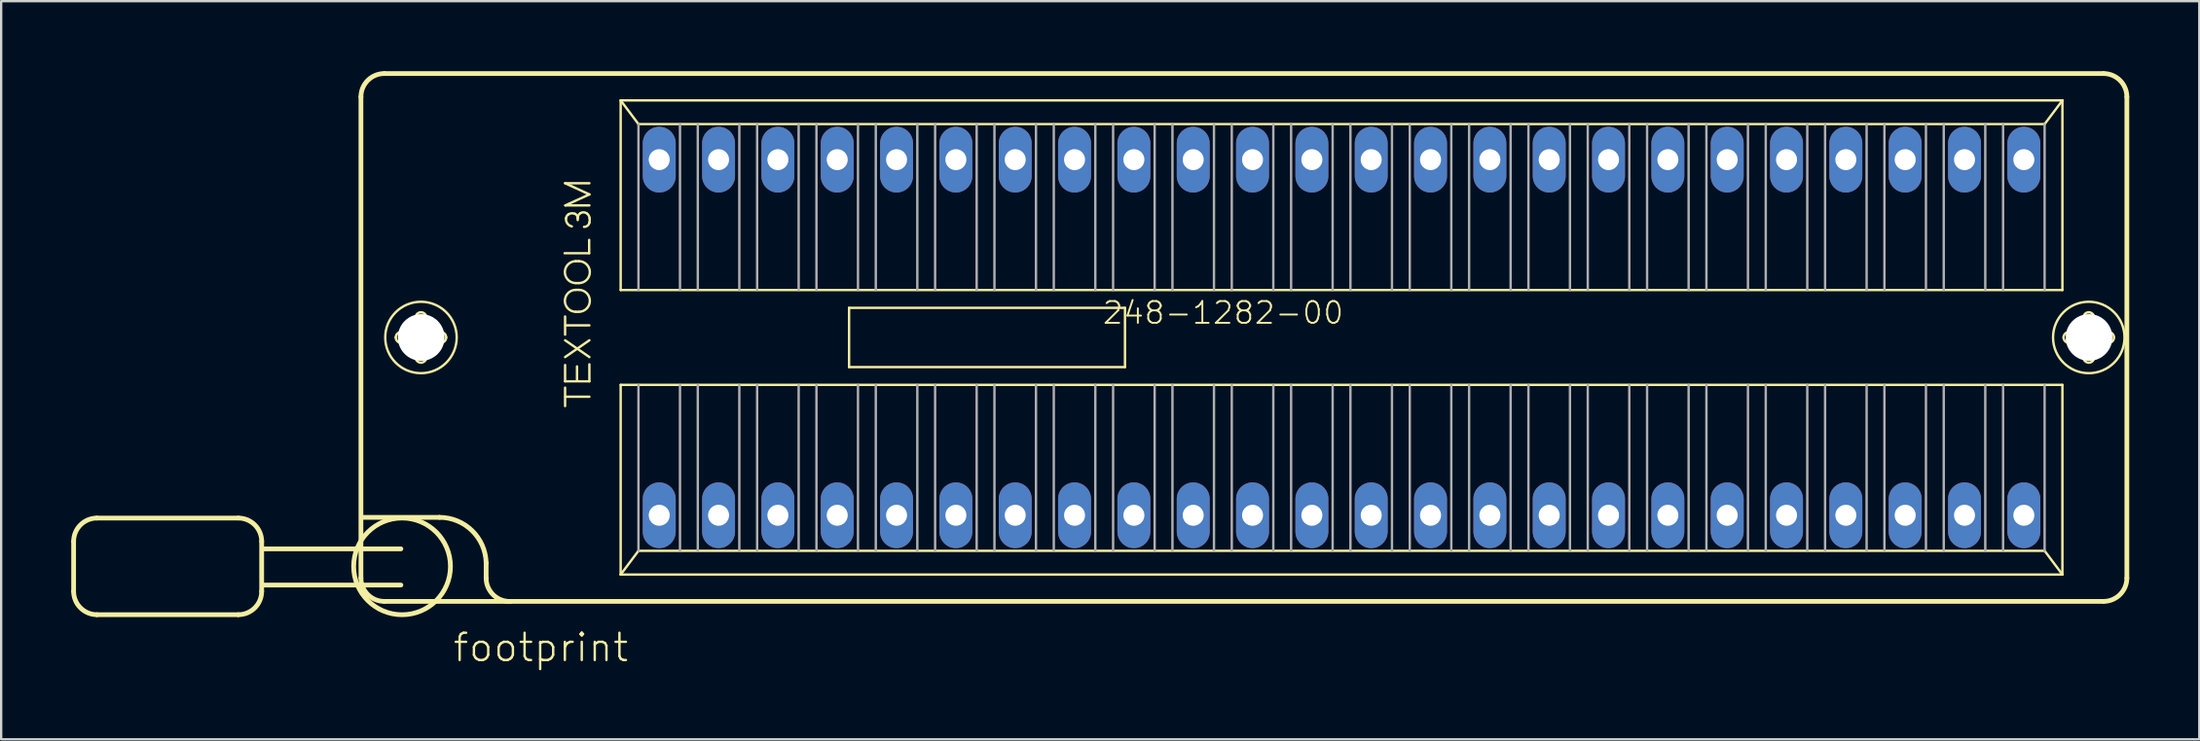
<source format=kicad_pcb>
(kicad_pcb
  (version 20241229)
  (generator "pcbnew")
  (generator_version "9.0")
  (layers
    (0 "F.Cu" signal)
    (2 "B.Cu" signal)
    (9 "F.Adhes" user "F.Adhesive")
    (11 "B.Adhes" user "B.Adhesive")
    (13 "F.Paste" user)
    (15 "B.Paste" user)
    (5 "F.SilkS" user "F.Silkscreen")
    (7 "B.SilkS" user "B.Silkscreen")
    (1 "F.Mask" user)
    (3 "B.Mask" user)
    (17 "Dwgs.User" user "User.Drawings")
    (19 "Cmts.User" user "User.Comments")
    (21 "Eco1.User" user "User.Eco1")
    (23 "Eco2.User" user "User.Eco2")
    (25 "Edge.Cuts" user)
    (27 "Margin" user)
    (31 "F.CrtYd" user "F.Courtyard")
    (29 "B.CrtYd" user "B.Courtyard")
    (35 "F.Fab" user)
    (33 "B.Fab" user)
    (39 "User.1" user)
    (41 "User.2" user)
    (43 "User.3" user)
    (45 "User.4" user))
  (footprint "footprint"
    (layer "F.Cu")
    (at 54.382 11.412)
    (property "Reference" "footprint" (at -38.1 13.97 0) (layer "F.SilkS") (effects (font (size 1.168 1.168) (thickness 0.102)) (justify left bottom)))
    (fp_line (start -54.28 8.74) (end -54.28 10.88) (stroke (width 0.203) (type solid)) (layer "F.SilkS"))
    (fp_line (start -53.28 7.74) (end -47.23 7.74) (stroke (width 0.203) (type solid)) (layer "F.SilkS"))
    (fp_line (start -47.23 11.88) (end -53.28 11.88) (stroke (width 0.203) (type solid)) (layer "F.SilkS"))
    (fp_line (start -46.23 8.74) (end -46.23 10.88) (stroke (width 0.203) (type solid)) (layer "F.SilkS"))
    (fp_line (start -41.98 10.31) (end -41.98 -10.31) (stroke (width 0.203) (type solid)) (layer "F.SilkS"))
    (fp_line (start -41.87 7.71) (end -38.62 7.71) (stroke (width 0.203) (type solid)) (layer "F.SilkS"))
    (fp_line (start -40.98 -11.31) (end 32.62 -11.31) (stroke (width 0.203) (type solid)) (layer "F.SilkS"))
    (fp_line (start -40.27 9.06) (end -46.18 9.06) (stroke (width 0.203) (type solid)) (layer "F.SilkS"))
    (fp_line (start -40.27 10.61) (end -46.18 10.61) (stroke (width 0.203) (type solid)) (layer "F.SilkS"))
    (fp_line (start -40.26 -0.23) (end -39.71 -0.23) (stroke (width 0.102) (type solid)) (layer "F.SilkS"))
    (fp_line (start -39.72 0.23) (end -40.26 0.23) (stroke (width 0.102) (type solid)) (layer "F.SilkS"))
    (fp_line (start -39.64 -0.31) (end -39.64 -0.85) (stroke (width 0.102) (type solid)) (layer "F.SilkS"))
    (fp_line (start -39.64 0.85) (end -39.64 0.3) (stroke (width 0.102) (type solid)) (layer "F.SilkS"))
    (fp_line (start -39.18 -0.85) (end -39.18 -0.3) (stroke (width 0.102) (type solid)) (layer "F.SilkS"))
    (fp_line (start -39.18 0.31) (end -39.18 0.85) (stroke (width 0.102) (type solid)) (layer "F.SilkS"))
    (fp_line (start -39.1 -0.23) (end -38.56 -0.23) (stroke (width 0.102) (type solid)) (layer "F.SilkS"))
    (fp_line (start -38.56 0.23) (end -39.11 0.23) (stroke (width 0.102) (type solid)) (layer "F.SilkS"))
    (fp_line (start -36.62 9.66) (end -36.62 10.31) (stroke (width 0.203) (type solid)) (layer "F.SilkS"))
    (fp_line (start -33.26 -3.61) (end -32.21 -3.61) (stroke (width 0.102) (type solid)) (layer "F.SilkS"))
    (fp_line (start -33.24 -6.61) (end -32.2 -6.61) (stroke (width 0.102) (type solid)) (layer "F.SilkS"))
    (fp_line (start -33.24 -0.12) (end -33.24 -0.9) (stroke (width 0.102) (type solid)) (layer "F.SilkS"))
    (fp_line (start -33.24 0.12) (end -32.2 0.84) (stroke (width 0.102) (type solid)) (layer "F.SilkS"))
    (fp_line (start -33.24 0.84) (end -32.2 0.12) (stroke (width 0.102) (type solid)) (layer "F.SilkS"))
    (fp_line (start -33.24 1.18) (end -33.24 1.88) (stroke (width 0.102) (type solid)) (layer "F.SilkS"))
    (fp_line (start -33.24 1.88) (end -32.2 1.88) (stroke (width 0.102) (type solid)) (layer "F.SilkS"))
    (fp_line (start -33.24 2.94) (end -33.24 2.15) (stroke (width 0.102) (type solid)) (layer "F.SilkS"))
    (fp_line (start -33.23 -5.66) (end -32.2 -6.13) (stroke (width 0.102) (type solid)) (layer "F.SilkS"))
    (fp_line (start -33.23 2.54) (end -32.2 2.54) (stroke (width 0.102) (type solid)) (layer "F.SilkS"))
    (fp_line (start -33.22 -0.52) (end -32.2 -0.52) (stroke (width 0.102) (type solid)) (layer "F.SilkS"))
    (fp_line (start -32.78 -3.27) (end -32.65 -3.27) (stroke (width 0.102) (type solid)) (layer "F.SilkS"))
    (fp_line (start -32.78 -2.33) (end -32.65 -2.33) (stroke (width 0.102) (type solid)) (layer "F.SilkS"))
    (fp_line (start -32.78 -2.04) (end -32.65 -2.04) (stroke (width 0.102) (type solid)) (layer "F.SilkS"))
    (fp_line (start -32.78 -1.1) (end -32.65 -1.1) (stroke (width 0.102) (type solid)) (layer "F.SilkS"))
    (fp_line (start -32.73 1.24) (end -32.73 1.84) (stroke (width 0.102) (type solid)) (layer "F.SilkS"))
    (fp_line (start -32.7 -5.03) (end -32.7 -5.12) (stroke (width 0.102) (type solid)) (layer "F.SilkS"))
    (fp_line (start -32.21 -3.61) (end -32.21 -4.18) (stroke (width 0.102) (type solid)) (layer "F.SilkS"))
    (fp_line (start -32.2 -6.13) (end -33.24 -6.61) (stroke (width 0.102) (type solid)) (layer "F.SilkS"))
    (fp_line (start -32.2 -5.66) (end -33.23 -5.66) (stroke (width 0.102) (type solid)) (layer "F.SilkS"))
    (fp_line (start -32.2 1.88) (end -32.2 1.15) (stroke (width 0.102) (type solid)) (layer "F.SilkS"))
    (fp_line (start -30.861 -10.16) (end 30.861 -10.16) (stroke (width 0.102) (type solid)) (layer "F.SilkS"))
    (fp_line (start -30.861 -2.032) (end -30.861 -10.16) (stroke (width 0.102) (type solid)) (layer "F.SilkS"))
    (fp_line (start -30.861 2.032) (end 30.861 2.032) (stroke (width 0.102) (type solid)) (layer "F.SilkS"))
    (fp_line (start -30.861 10.16) (end -30.861 2.032) (stroke (width 0.102) (type solid)) (layer "F.SilkS"))
    (fp_line (start -30.861 10.16) (end -30.099 9.144) (stroke (width 0.102) (type solid)) (layer "F.SilkS"))
    (fp_line (start -30.099 -9.144) (end -30.861 -10.16) (stroke (width 0.102) (type solid)) (layer "F.SilkS"))
    (fp_line (start -30.099 9.144) (end 30.099 9.144) (stroke (width 0.102) (type solid)) (layer "F.SilkS"))
    (fp_line (start -21.082 -1.27) (end -9.271 -1.27) (stroke (width 0.102) (type solid)) (layer "F.SilkS"))
    (fp_line (start -21.082 1.27) (end -21.082 -1.27) (stroke (width 0.102) (type solid)) (layer "F.SilkS"))
    (fp_line (start -9.271 -1.27) (end -9.271 1.27) (stroke (width 0.102) (type solid)) (layer "F.SilkS"))
    (fp_line (start -9.271 1.27) (end -21.082 1.27) (stroke (width 0.102) (type solid)) (layer "F.SilkS"))
    (fp_line (start 30.099 -9.144) (end -30.099 -9.144) (stroke (width 0.102) (type solid)) (layer "F.SilkS"))
    (fp_line (start 30.099 9.144) (end 30.861 10.16) (stroke (width 0.102) (type solid)) (layer "F.SilkS"))
    (fp_line (start 30.861 -10.16) (end 30.099 -9.144) (stroke (width 0.102) (type solid)) (layer "F.SilkS"))
    (fp_line (start 30.861 -10.16) (end 30.861 -2.032) (stroke (width 0.102) (type solid)) (layer "F.SilkS"))
    (fp_line (start 30.861 -2.032) (end -30.861 -2.032) (stroke (width 0.102) (type solid)) (layer "F.SilkS"))
    (fp_line (start 30.861 2.032) (end 30.861 10.16) (stroke (width 0.102) (type solid)) (layer "F.SilkS"))
    (fp_line (start 30.861 10.16) (end -30.861 10.16) (stroke (width 0.102) (type solid)) (layer "F.SilkS"))
    (fp_line (start 31.14 -0.23) (end 31.69 -0.23) (stroke (width 0.102) (type solid)) (layer "F.SilkS"))
    (fp_line (start 31.68 0.23) (end 31.14 0.23) (stroke (width 0.102) (type solid)) (layer "F.SilkS"))
    (fp_line (start 31.76 -0.31) (end 31.76 -0.85) (stroke (width 0.102) (type solid)) (layer "F.SilkS"))
    (fp_line (start 31.76 0.85) (end 31.76 0.3) (stroke (width 0.102) (type solid)) (layer "F.SilkS"))
    (fp_line (start 32.22 -0.85) (end 32.22 -0.3) (stroke (width 0.102) (type solid)) (layer "F.SilkS"))
    (fp_line (start 32.22 0.31) (end 32.22 0.85) (stroke (width 0.102) (type solid)) (layer "F.SilkS"))
    (fp_line (start 32.3 -0.23) (end 32.84 -0.23) (stroke (width 0.102) (type solid)) (layer "F.SilkS"))
    (fp_line (start 32.62 11.31) (end -40.98 11.31) (stroke (width 0.203) (type solid)) (layer "F.SilkS"))
    (fp_line (start 32.84 0.23) (end 32.29 0.23) (stroke (width 0.102) (type solid)) (layer "F.SilkS"))
    (fp_line (start 33.62 -10.31) (end 33.62 10.31) (stroke (width 0.203) (type solid)) (layer "F.SilkS"))
    (fp_arc (start -54.28 8.74) (mid -53.987107 8.032893) (end -53.28 7.74) (stroke (width 0.2032) (type solid)) (layer "F.SilkS"))
    (fp_arc (start -53.28 11.88) (mid -53.987107 11.587107) (end -54.28 10.88) (stroke (width 0.2032) (type solid)) (layer "F.SilkS"))
    (fp_arc (start -47.23 7.74) (mid -46.522893 8.032893) (end -46.23 8.74) (stroke (width 0.2032) (type solid)) (layer "F.SilkS"))
    (fp_arc (start -46.23 10.88) (mid -46.522893 11.587107) (end -47.23 11.88) (stroke (width 0.2032) (type solid)) (layer "F.SilkS"))
    (fp_arc (start -41.98 -10.31) (mid -41.687107 -11.017107) (end -40.98 -11.31) (stroke (width 0.2032) (type solid)) (layer "F.SilkS"))
    (fp_arc (start -40.98 11.31) (mid -41.687107 11.017107) (end -41.98 10.31) (stroke (width 0.2032) (type solid)) (layer "F.SilkS"))
    (fp_arc (start -40.49 0) (mid -40.422635 -0.162635) (end -40.26 -0.23) (stroke (width 0.1016) (type solid)) (layer "F.SilkS"))
    (fp_arc (start -40.26 0.23) (mid -40.422635 0.162635) (end -40.49 0) (stroke (width 0.1016) (type solid)) (layer "F.SilkS"))
    (fp_arc (start -39.72 0.23) (mid -39.670503 0.250503) (end -39.65 0.3) (stroke (width 0.1016) (type solid)) (layer "F.SilkS"))
    (fp_arc (start -39.64 -0.85) (mid -39.572635 -1.012635) (end -39.41 -1.08) (stroke (width 0.1016) (type solid)) (layer "F.SilkS"))
    (fp_arc (start -39.64 -0.3) (mid -39.660503 -0.250503) (end -39.71 -0.23) (stroke (width 0.1016) (type solid)) (layer "F.SilkS"))
    (fp_arc (start -39.41 -1.08) (mid -39.247365 -1.012635) (end -39.18 -0.85) (stroke (width 0.1016) (type solid)) (layer "F.SilkS"))
    (fp_arc (start -39.41 1.08) (mid -39.572635 1.012635) (end -39.64 0.85) (stroke (width 0.1016) (type solid)) (layer "F.SilkS"))
    (fp_arc (start -39.18 0.3) (mid -39.159497 0.250503) (end -39.11 0.23) (stroke (width 0.1016) (type solid)) (layer "F.SilkS"))
    (fp_arc (start -39.18 0.85) (mid -39.247365 1.012635) (end -39.41 1.08) (stroke (width 0.1016) (type solid)) (layer "F.SilkS"))
    (fp_arc (start -39.11 -0.23) (mid -39.159497 -0.250503) (end -39.18 -0.3) (stroke (width 0.1016) (type solid)) (layer "F.SilkS"))
    (fp_arc (start -38.62 7.71) (mid -37.223341 8.278169) (end -36.62 9.659998) (stroke (width 0.2032) (type solid)) (layer "F.SilkS"))
    (fp_arc (start -38.56 -0.23) (mid -38.397365 -0.162635) (end -38.33 0) (stroke (width 0.1016) (type solid)) (layer "F.SilkS"))
    (fp_arc (start -38.33 0) (mid -38.397365 0.162635) (end -38.56 0.23) (stroke (width 0.1016) (type solid)) (layer "F.SilkS"))
    (fp_arc (start -35.569998 11.309999) (mid -36.309284 11.035) (end -36.62 10.31) (stroke (width 0.2032) (type solid)) (layer "F.SilkS"))
    (fp_arc (start -33.2 -5.109999) (mid -33.164621 -5.207696) (end -33.09 -5.28) (stroke (width 0.1016) (type solid)) (layer "F.SilkS"))
    (fp_arc (start -33.09 -5.28) (mid -32.957382 -5.322157) (end -32.82 -5.3) (stroke (width 0.1016) (type solid)) (layer "F.SilkS"))
    (fp_arc (start -32.950001 -4.759999) (mid -33.14297 -4.88645) (end -33.2 -5.11) (stroke (width 0.1016) (type solid)) (layer "F.SilkS"))
    (fp_arc (start -32.820001 -5.299999) (mid -32.732751 -5.228166) (end -32.7 -5.12) (stroke (width 0.1016) (type solid)) (layer "F.SilkS"))
    (fp_arc (start -32.78 -2.33) (mid -33.25 -2.8) (end -32.78 -3.27) (stroke (width 0.1016) (type solid)) (layer "F.SilkS"))
    (fp_arc (start -32.78 -1.1) (mid -33.25 -1.57) (end -32.78 -2.04) (stroke (width 0.1016) (type solid)) (layer "F.SilkS"))
    (fp_arc (start -32.7 -5.12) (mid -32.66789 -5.240938) (end -32.579999 -5.330001) (stroke (width 0.1016) (type solid)) (layer "F.SilkS"))
    (fp_arc (start -32.65 -3.27) (mid -32.18 -2.8) (end -32.65 -2.33) (stroke (width 0.1016) (type solid)) (layer "F.SilkS"))
    (fp_arc (start -32.65 -2.04) (mid -32.18 -1.57) (end -32.65 -1.1) (stroke (width 0.1016) (type solid)) (layer "F.SilkS"))
    (fp_arc (start -32.58 -5.33) (mid -32.436885 -5.363595) (end -32.299999 -5.309999) (stroke (width 0.1016) (type solid)) (layer "F.SilkS"))
    (fp_arc (start -32.3 -5.31) (mid -32.225084 -5.220954) (end -32.19 -5.110001) (stroke (width 0.1016) (type solid)) (layer "F.SilkS"))
    (fp_arc (start -32.2 -4.92) (mid -32.282524 -4.788503) (end -32.43 -4.740001) (stroke (width 0.1016) (type solid)) (layer "F.SilkS"))
    (fp_arc (start -32.19 -5.11) (mid -32.187277 -5.014593) (end -32.2 -4.92) (stroke (width 0.1016) (type solid)) (layer "F.SilkS"))
    (fp_arc (start 30.91 0) (mid 30.977365 -0.162635) (end 31.14 -0.23) (stroke (width 0.1016) (type solid)) (layer "F.SilkS"))
    (fp_arc (start 31.14 0.23) (mid 30.977365 0.162635) (end 30.91 0) (stroke (width 0.1016) (type solid)) (layer "F.SilkS"))
    (fp_arc (start 31.68 0.23) (mid 31.729497 0.250503) (end 31.75 0.3) (stroke (width 0.1016) (type solid)) (layer "F.SilkS"))
    (fp_arc (start 31.76 -0.85) (mid 31.827365 -1.012635) (end 31.99 -1.08) (stroke (width 0.1016) (type solid)) (layer "F.SilkS"))
    (fp_arc (start 31.76 -0.3) (mid 31.739497 -0.250503) (end 31.69 -0.23) (stroke (width 0.1016) (type solid)) (layer "F.SilkS"))
    (fp_arc (start 31.99 -1.08) (mid 32.152635 -1.012635) (end 32.22 -0.85) (stroke (width 0.1016) (type solid)) (layer "F.SilkS"))
    (fp_arc (start 31.99 1.08) (mid 31.827365 1.012635) (end 31.76 0.85) (stroke (width 0.1016) (type solid)) (layer "F.SilkS"))
    (fp_arc (start 32.22 0.3) (mid 32.240503 0.250503) (end 32.29 0.23) (stroke (width 0.1016) (type solid)) (layer "F.SilkS"))
    (fp_arc (start 32.22 0.85) (mid 32.152635 1.012635) (end 31.99 1.08) (stroke (width 0.1016) (type solid)) (layer "F.SilkS"))
    (fp_arc (start 32.29 -0.23) (mid 32.240503 -0.250503) (end 32.22 -0.3) (stroke (width 0.1016) (type solid)) (layer "F.SilkS"))
    (fp_arc (start 32.62 -11.31) (mid 33.327107 -11.017107) (end 33.62 -10.31) (stroke (width 0.2032) (type solid)) (layer "F.SilkS"))
    (fp_arc (start 32.84 -0.23) (mid 33.002635 -0.162635) (end 33.07 0) (stroke (width 0.1016) (type solid)) (layer "F.SilkS"))
    (fp_arc (start 33.07 0) (mid 33.002635 0.162635) (end 32.84 0.23) (stroke (width 0.1016) (type solid)) (layer "F.SilkS"))
    (fp_arc (start 33.62 10.31) (mid 33.327107 11.017107) (end 32.62 11.31) (stroke (width 0.2032) (type solid)) (layer "F.SilkS"))
    (fp_circle (center -40.22 9.81) (end -38.148 9.81) (stroke (width 0.203) (type solid)) (fill no) (layer "F.SilkS"))
    (fp_circle (center -39.41 0) (end -37.88 0) (stroke (width 0.102) (type solid)) (fill no) (layer "F.SilkS"))
    (fp_circle (center 31.99 0) (end 33.52 0) (stroke (width 0.102) (type solid)) (fill no) (layer "F.SilkS"))
    (fp_line (start -30.099 -9.144) (end -30.099 -2.032) (stroke (width 0.102) (type solid)) (layer "F.Fab"))
    (fp_line (start -30.099 2.032) (end -30.099 9.144) (stroke (width 0.102) (type solid)) (layer "F.Fab"))
    (fp_line (start -28.321 -2.032) (end -28.321 -9.144) (stroke (width 0.102) (type solid)) (layer "F.Fab"))
    (fp_line (start -28.321 2.032) (end -28.321 9.144) (stroke (width 0.102) (type solid)) (layer "F.Fab"))
    (fp_line (start -27.559 -2.032) (end -27.559 -9.144) (stroke (width 0.102) (type solid)) (layer "F.Fab"))
    (fp_line (start -27.559 2.032) (end -27.559 9.144) (stroke (width 0.102) (type solid)) (layer "F.Fab"))
    (fp_line (start -25.781 -2.032) (end -25.781 -9.144) (stroke (width 0.102) (type solid)) (layer "F.Fab"))
    (fp_line (start -25.781 2.032) (end -25.781 9.144) (stroke (width 0.102) (type solid)) (layer "F.Fab"))
    (fp_line (start -25.019 -2.032) (end -25.019 -9.144) (stroke (width 0.102) (type solid)) (layer "F.Fab"))
    (fp_line (start -25.019 2.032) (end -25.019 9.144) (stroke (width 0.102) (type solid)) (layer "F.Fab"))
    (fp_line (start -23.241 -2.032) (end -23.241 -9.144) (stroke (width 0.102) (type solid)) (layer "F.Fab"))
    (fp_line (start -23.241 2.032) (end -23.241 9.144) (stroke (width 0.102) (type solid)) (layer "F.Fab"))
    (fp_line (start -22.479 -2.032) (end -22.479 -9.144) (stroke (width 0.102) (type solid)) (layer "F.Fab"))
    (fp_line (start -22.479 2.032) (end -22.479 9.144) (stroke (width 0.102) (type solid)) (layer "F.Fab"))
    (fp_line (start -20.701 -2.032) (end -20.701 -9.144) (stroke (width 0.102) (type solid)) (layer "F.Fab"))
    (fp_line (start -20.701 2.032) (end -20.701 9.144) (stroke (width 0.102) (type solid)) (layer "F.Fab"))
    (fp_line (start -19.939 -2.032) (end -19.939 -9.144) (stroke (width 0.102) (type solid)) (layer "F.Fab"))
    (fp_line (start -19.939 2.032) (end -19.939 9.144) (stroke (width 0.102) (type solid)) (layer "F.Fab"))
    (fp_line (start -18.161 -2.032) (end -18.161 -9.144) (stroke (width 0.102) (type solid)) (layer "F.Fab"))
    (fp_line (start -18.161 2.032) (end -18.161 9.144) (stroke (width 0.102) (type solid)) (layer "F.Fab"))
    (fp_line (start -17.399 -2.032) (end -17.399 -9.144) (stroke (width 0.102) (type solid)) (layer "F.Fab"))
    (fp_line (start -17.399 2.032) (end -17.399 9.144) (stroke (width 0.102) (type solid)) (layer "F.Fab"))
    (fp_line (start -15.621 -2.032) (end -15.621 -9.144) (stroke (width 0.102) (type solid)) (layer "F.Fab"))
    (fp_line (start -15.621 2.032) (end -15.621 9.144) (stroke (width 0.102) (type solid)) (layer "F.Fab"))
    (fp_line (start -14.859 -2.032) (end -14.859 -9.144) (stroke (width 0.102) (type solid)) (layer "F.Fab"))
    (fp_line (start -14.859 2.032) (end -14.859 9.144) (stroke (width 0.102) (type solid)) (layer "F.Fab"))
    (fp_line (start -13.081 -2.032) (end -13.081 -9.144) (stroke (width 0.102) (type solid)) (layer "F.Fab"))
    (fp_line (start -13.081 2.032) (end -13.081 9.144) (stroke (width 0.102) (type solid)) (layer "F.Fab"))
    (fp_line (start -12.319 -2.032) (end -12.319 -9.144) (stroke (width 0.102) (type solid)) (layer "F.Fab"))
    (fp_line (start -12.319 2.032) (end -12.319 9.144) (stroke (width 0.102) (type solid)) (layer "F.Fab"))
    (fp_line (start -10.541 -2.032) (end -10.541 -9.144) (stroke (width 0.102) (type solid)) (layer "F.Fab"))
    (fp_line (start -10.541 2.032) (end -10.541 9.144) (stroke (width 0.102) (type solid)) (layer "F.Fab"))
    (fp_line (start -9.779 -2.032) (end -9.779 -9.144) (stroke (width 0.102) (type solid)) (layer "F.Fab"))
    (fp_line (start -9.779 2.032) (end -9.779 9.144) (stroke (width 0.102) (type solid)) (layer "F.Fab"))
    (fp_line (start -8.001 -2.032) (end -8.001 -9.144) (stroke (width 0.102) (type solid)) (layer "F.Fab"))
    (fp_line (start -8.001 2.032) (end -8.001 9.144) (stroke (width 0.102) (type solid)) (layer "F.Fab"))
    (fp_line (start -7.239 -2.032) (end -7.239 -9.144) (stroke (width 0.102) (type solid)) (layer "F.Fab"))
    (fp_line (start -7.239 2.032) (end -7.239 9.144) (stroke (width 0.102) (type solid)) (layer "F.Fab"))
    (fp_line (start -5.461 -2.032) (end -5.461 -9.144) (stroke (width 0.102) (type solid)) (layer "F.Fab"))
    (fp_line (start -5.461 2.032) (end -5.461 9.144) (stroke (width 0.102) (type solid)) (layer "F.Fab"))
    (fp_line (start -4.699 -2.032) (end -4.699 -9.144) (stroke (width 0.102) (type solid)) (layer "F.Fab"))
    (fp_line (start -4.699 2.032) (end -4.699 9.144) (stroke (width 0.102) (type solid)) (layer "F.Fab"))
    (fp_line (start -2.921 -2.032) (end -2.921 -9.144) (stroke (width 0.102) (type solid)) (layer "F.Fab"))
    (fp_line (start -2.921 2.032) (end -2.921 9.144) (stroke (width 0.102) (type solid)) (layer "F.Fab"))
    (fp_line (start -2.159 -2.032) (end -2.159 -9.144) (stroke (width 0.102) (type solid)) (layer "F.Fab"))
    (fp_line (start -2.159 2.032) (end -2.159 9.144) (stroke (width 0.102) (type solid)) (layer "F.Fab"))
    (fp_line (start -0.381 -2.032) (end -0.381 -9.144) (stroke (width 0.102) (type solid)) (layer "F.Fab"))
    (fp_line (start -0.381 2.032) (end -0.381 9.144) (stroke (width 0.102) (type solid)) (layer "F.Fab"))
    (fp_line (start 0.381 -2.032) (end 0.381 -9.144) (stroke (width 0.102) (type solid)) (layer "F.Fab"))
    (fp_line (start 0.381 2.032) (end 0.381 9.144) (stroke (width 0.102) (type solid)) (layer "F.Fab"))
    (fp_line (start 2.159 -2.032) (end 2.159 -9.144) (stroke (width 0.102) (type solid)) (layer "F.Fab"))
    (fp_line (start 2.159 2.032) (end 2.159 9.144) (stroke (width 0.102) (type solid)) (layer "F.Fab"))
    (fp_line (start 2.921 -2.032) (end 2.921 -9.144) (stroke (width 0.102) (type solid)) (layer "F.Fab"))
    (fp_line (start 2.921 2.032) (end 2.921 9.144) (stroke (width 0.102) (type solid)) (layer "F.Fab"))
    (fp_line (start 4.699 -2.032) (end 4.699 -9.144) (stroke (width 0.102) (type solid)) (layer "F.Fab"))
    (fp_line (start 4.699 2.032) (end 4.699 9.144) (stroke (width 0.102) (type solid)) (layer "F.Fab"))
    (fp_line (start 5.461 -2.032) (end 5.461 -9.144) (stroke (width 0.102) (type solid)) (layer "F.Fab"))
    (fp_line (start 5.461 2.032) (end 5.461 9.144) (stroke (width 0.102) (type solid)) (layer "F.Fab"))
    (fp_line (start 7.239 -2.032) (end 7.239 -9.144) (stroke (width 0.102) (type solid)) (layer "F.Fab"))
    (fp_line (start 7.239 2.032) (end 7.239 9.144) (stroke (width 0.102) (type solid)) (layer "F.Fab"))
    (fp_line (start 8.001 -2.032) (end 8.001 -9.144) (stroke (width 0.102) (type solid)) (layer "F.Fab"))
    (fp_line (start 8.001 2.032) (end 8.001 9.144) (stroke (width 0.102) (type solid)) (layer "F.Fab"))
    (fp_line (start 9.779 -2.032) (end 9.779 -9.144) (stroke (width 0.102) (type solid)) (layer "F.Fab"))
    (fp_line (start 9.779 2.032) (end 9.779 9.144) (stroke (width 0.102) (type solid)) (layer "F.Fab"))
    (fp_line (start 10.541 -2.032) (end 10.541 -9.144) (stroke (width 0.102) (type solid)) (layer "F.Fab"))
    (fp_line (start 10.541 2.032) (end 10.541 9.144) (stroke (width 0.102) (type solid)) (layer "F.Fab"))
    (fp_line (start 12.319 -2.032) (end 12.319 -9.144) (stroke (width 0.102) (type solid)) (layer "F.Fab"))
    (fp_line (start 12.319 2.032) (end 12.319 9.144) (stroke (width 0.102) (type solid)) (layer "F.Fab"))
    (fp_line (start 13.081 -2.032) (end 13.081 -9.144) (stroke (width 0.102) (type solid)) (layer "F.Fab"))
    (fp_line (start 13.081 2.032) (end 13.081 9.144) (stroke (width 0.102) (type solid)) (layer "F.Fab"))
    (fp_line (start 14.859 -2.032) (end 14.859 -9.144) (stroke (width 0.102) (type solid)) (layer "F.Fab"))
    (fp_line (start 14.859 2.032) (end 14.859 9.144) (stroke (width 0.102) (type solid)) (layer "F.Fab"))
    (fp_line (start 15.621 -2.032) (end 15.621 -9.144) (stroke (width 0.102) (type solid)) (layer "F.Fab"))
    (fp_line (start 15.621 2.032) (end 15.621 9.144) (stroke (width 0.102) (type solid)) (layer "F.Fab"))
    (fp_line (start 17.399 -2.032) (end 17.399 -9.144) (stroke (width 0.102) (type solid)) (layer "F.Fab"))
    (fp_line (start 17.399 2.032) (end 17.399 9.144) (stroke (width 0.102) (type solid)) (layer "F.Fab"))
    (fp_line (start 18.161 -2.032) (end 18.161 -9.144) (stroke (width 0.102) (type solid)) (layer "F.Fab"))
    (fp_line (start 18.161 2.032) (end 18.161 9.144) (stroke (width 0.102) (type solid)) (layer "F.Fab"))
    (fp_line (start 19.939 -2.032) (end 19.939 -9.144) (stroke (width 0.102) (type solid)) (layer "F.Fab"))
    (fp_line (start 19.939 2.032) (end 19.939 9.144) (stroke (width 0.102) (type solid)) (layer "F.Fab"))
    (fp_line (start 20.701 -2.032) (end 20.701 -9.144) (stroke (width 0.102) (type solid)) (layer "F.Fab"))
    (fp_line (start 20.701 2.032) (end 20.701 9.144) (stroke (width 0.102) (type solid)) (layer "F.Fab"))
    (fp_line (start 22.479 -2.032) (end 22.479 -9.144) (stroke (width 0.102) (type solid)) (layer "F.Fab"))
    (fp_line (start 22.479 2.032) (end 22.479 9.144) (stroke (width 0.102) (type solid)) (layer "F.Fab"))
    (fp_line (start 23.241 -2.032) (end 23.241 -9.144) (stroke (width 0.102) (type solid)) (layer "F.Fab"))
    (fp_line (start 23.241 2.032) (end 23.241 9.144) (stroke (width 0.102) (type solid)) (layer "F.Fab"))
    (fp_line (start 25.019 -2.032) (end 25.019 -9.144) (stroke (width 0.102) (type solid)) (layer "F.Fab"))
    (fp_line (start 25.019 2.032) (end 25.019 9.144) (stroke (width 0.102) (type solid)) (layer "F.Fab"))
    (fp_line (start 25.781 -2.032) (end 25.781 -9.144) (stroke (width 0.102) (type solid)) (layer "F.Fab"))
    (fp_line (start 25.781 2.032) (end 25.781 9.144) (stroke (width 0.102) (type solid)) (layer "F.Fab"))
    (fp_line (start 27.559 -2.032) (end 27.559 -9.144) (stroke (width 0.102) (type solid)) (layer "F.Fab"))
    (fp_line (start 27.559 2.032) (end 27.559 9.144) (stroke (width 0.102) (type solid)) (layer "F.Fab"))
    (fp_line (start 28.321 -2.032) (end 28.321 -9.144) (stroke (width 0.102) (type solid)) (layer "F.Fab"))
    (fp_line (start 28.321 2.032) (end 28.321 9.144) (stroke (width 0.102) (type solid)) (layer "F.Fab"))
    (fp_line (start 30.099 -2.032) (end 30.099 -9.144) (stroke (width 0.102) (type solid)) (layer "F.Fab"))
    (fp_line (start 30.099 9.144) (end 30.099 2.032) (stroke (width 0.102) (type solid)) (layer "F.Fab"))
    (fp_text user "248-1282-00" (at -10.287 -0.508 180) (layer "F.SilkS") (effects (font (size 0.935 0.935) (thickness 0.081)) (justify left bottom)))
    (pad "" np_thru_hole circle (at -39.4 0) (size 2 2) (drill 2) (layers "*.Cu" "*.Mask"))
    (pad "" np_thru_hole circle (at 32 0) (size 2 2) (drill 2) (layers "*.Cu" "*.Mask"))
    (pad "1" thru_hole oval (at -29.21 7.62 90) (size 2.816 1.408) (drill 0.9) (layers "*.Cu" "*.Mask"))
    (pad "2" thru_hole oval (at -26.67 7.62 90) (size 2.816 1.408) (drill 0.9) (layers "*.Cu" "*.Mask"))
    (pad "3" thru_hole oval (at -24.13 7.62 90) (size 2.816 1.408) (drill 0.9) (layers "*.Cu" "*.Mask"))
    (pad "4" thru_hole oval (at -21.59 7.62 90) (size 2.816 1.408) (drill 0.9) (layers "*.Cu" "*.Mask"))
    (pad "5" thru_hole oval (at -19.05 7.62 90) (size 2.816 1.408) (drill 0.9) (layers "*.Cu" "*.Mask"))
    (pad "6" thru_hole oval (at -16.51 7.62 90) (size 2.816 1.408) (drill 0.9) (layers "*.Cu" "*.Mask"))
    (pad "7" thru_hole oval (at -13.97 7.62 90) (size 2.816 1.408) (drill 0.9) (layers "*.Cu" "*.Mask"))
    (pad "8" thru_hole oval (at -11.43 7.62 90) (size 2.816 1.408) (drill 0.9) (layers "*.Cu" "*.Mask"))
    (pad "9" thru_hole oval (at -8.89 7.62 90) (size 2.816 1.408) (drill 0.9) (layers "*.Cu" "*.Mask"))
    (pad "10" thru_hole oval (at -6.35 7.62 90) (size 2.816 1.408) (drill 0.9) (layers "*.Cu" "*.Mask"))
    (pad "11" thru_hole oval (at -3.81 7.62 90) (size 2.816 1.408) (drill 0.9) (layers "*.Cu" "*.Mask"))
    (pad "12" thru_hole oval (at -1.27 7.62 90) (size 2.816 1.408) (drill 0.9) (layers "*.Cu" "*.Mask"))
    (pad "13" thru_hole oval (at 1.27 7.62 90) (size 2.816 1.408) (drill 0.9) (layers "*.Cu" "*.Mask"))
    (pad "14" thru_hole oval (at 3.81 7.62 90) (size 2.816 1.408) (drill 0.9) (layers "*.Cu" "*.Mask"))
    (pad "15" thru_hole oval (at 6.35 7.62 90) (size 2.816 1.408) (drill 0.9) (layers "*.Cu" "*.Mask"))
    (pad "16" thru_hole oval (at 8.89 7.62 90) (size 2.816 1.408) (drill 0.9) (layers "*.Cu" "*.Mask"))
    (pad "17" thru_hole oval (at 11.43 7.62 90) (size 2.816 1.408) (drill 0.9) (layers "*.Cu" "*.Mask"))
    (pad "18" thru_hole oval (at 13.97 7.62 90) (size 2.816 1.408) (drill 0.9) (layers "*.Cu" "*.Mask"))
    (pad "19" thru_hole oval (at 16.51 7.62 90) (size 2.816 1.408) (drill 0.9) (layers "*.Cu" "*.Mask"))
    (pad "20" thru_hole oval (at 19.05 7.62 90) (size 2.816 1.408) (drill 0.9) (layers "*.Cu" "*.Mask"))
    (pad "21" thru_hole oval (at 21.59 7.62 90) (size 2.816 1.408) (drill 0.9) (layers "*.Cu" "*.Mask"))
    (pad "22" thru_hole oval (at 24.13 7.62 90) (size 2.816 1.408) (drill 0.9) (layers "*.Cu" "*.Mask"))
    (pad "23" thru_hole oval (at 26.67 7.62 90) (size 2.816 1.408) (drill 0.9) (layers "*.Cu" "*.Mask"))
    (pad "24" thru_hole oval (at 29.21 7.62 90) (size 2.816 1.408) (drill 0.9) (layers "*.Cu" "*.Mask"))
    (pad "25" thru_hole oval (at 29.21 -7.62 90) (size 2.816 1.408) (drill 0.9) (layers "*.Cu" "*.Mask"))
    (pad "26" thru_hole oval (at 26.67 -7.62 90) (size 2.816 1.408) (drill 0.9) (layers "*.Cu" "*.Mask"))
    (pad "27" thru_hole oval (at 24.13 -7.62 90) (size 2.816 1.408) (drill 0.9) (layers "*.Cu" "*.Mask"))
    (pad "28" thru_hole oval (at 21.59 -7.62 90) (size 2.816 1.408) (drill 0.9) (layers "*.Cu" "*.Mask"))
    (pad "29" thru_hole oval (at 19.05 -7.62 90) (size 2.816 1.408) (drill 0.9) (layers "*.Cu" "*.Mask"))
    (pad "30" thru_hole oval (at 16.51 -7.62 90) (size 2.816 1.408) (drill 0.9) (layers "*.Cu" "*.Mask"))
    (pad "31" thru_hole oval (at 13.97 -7.62 90) (size 2.816 1.408) (drill 0.9) (layers "*.Cu" "*.Mask"))
    (pad "32" thru_hole oval (at 11.43 -7.62 90) (size 2.816 1.408) (drill 0.9) (layers "*.Cu" "*.Mask"))
    (pad "33" thru_hole oval (at 8.89 -7.62 90) (size 2.816 1.408) (drill 0.9) (layers "*.Cu" "*.Mask"))
    (pad "34" thru_hole oval (at 6.35 -7.62 90) (size 2.816 1.408) (drill 0.9) (layers "*.Cu" "*.Mask"))
    (pad "35" thru_hole oval (at 3.81 -7.62 90) (size 2.816 1.408) (drill 0.9) (layers "*.Cu" "*.Mask"))
    (pad "36" thru_hole oval (at 1.27 -7.62 90) (size 2.816 1.408) (drill 0.9) (layers "*.Cu" "*.Mask"))
    (pad "37" thru_hole oval (at -1.27 -7.62 90) (size 2.816 1.408) (drill 0.9) (layers "*.Cu" "*.Mask"))
    (pad "38" thru_hole oval (at -3.81 -7.62 90) (size 2.816 1.408) (drill 0.9) (layers "*.Cu" "*.Mask"))
    (pad "39" thru_hole oval (at -6.35 -7.62 90) (size 2.816 1.408) (drill 0.9) (layers "*.Cu" "*.Mask"))
    (pad "40" thru_hole oval (at -8.89 -7.62 90) (size 2.816 1.408) (drill 0.9) (layers "*.Cu" "*.Mask"))
    (pad "41" thru_hole oval (at -11.43 -7.62 90) (size 2.816 1.408) (drill 0.9) (layers "*.Cu" "*.Mask"))
    (pad "42" thru_hole oval (at -13.97 -7.62 90) (size 2.816 1.408) (drill 0.9) (layers "*.Cu" "*.Mask"))
    (pad "43" thru_hole oval (at -16.51 -7.62 90) (size 2.816 1.408) (drill 0.9) (layers "*.Cu" "*.Mask"))
    (pad "44" thru_hole oval (at -19.05 -7.62 90) (size 2.816 1.408) (drill 0.9) (layers "*.Cu" "*.Mask"))
    (pad "45" thru_hole oval (at -21.59 -7.62 90) (size 2.816 1.408) (drill 0.9) (layers "*.Cu" "*.Mask"))
    (pad "46" thru_hole oval (at -24.13 -7.62 90) (size 2.816 1.408) (drill 0.9) (layers "*.Cu" "*.Mask"))
    (pad "47" thru_hole oval (at -26.67 -7.62 90) (size 2.816 1.408) (drill 0.9) (layers "*.Cu" "*.Mask"))
    (pad "48" thru_hole oval (at -29.21 -7.62 90) (size 2.816 1.408) (drill 0.9) (layers "*.Cu" "*.Mask")))
  (gr_rect
    (start -3 -3)
    (end 91.103 28.632)
    (stroke (width 0.1) (type default))
    (fill no)
    (layer "Edge.Cuts")))
</source>
